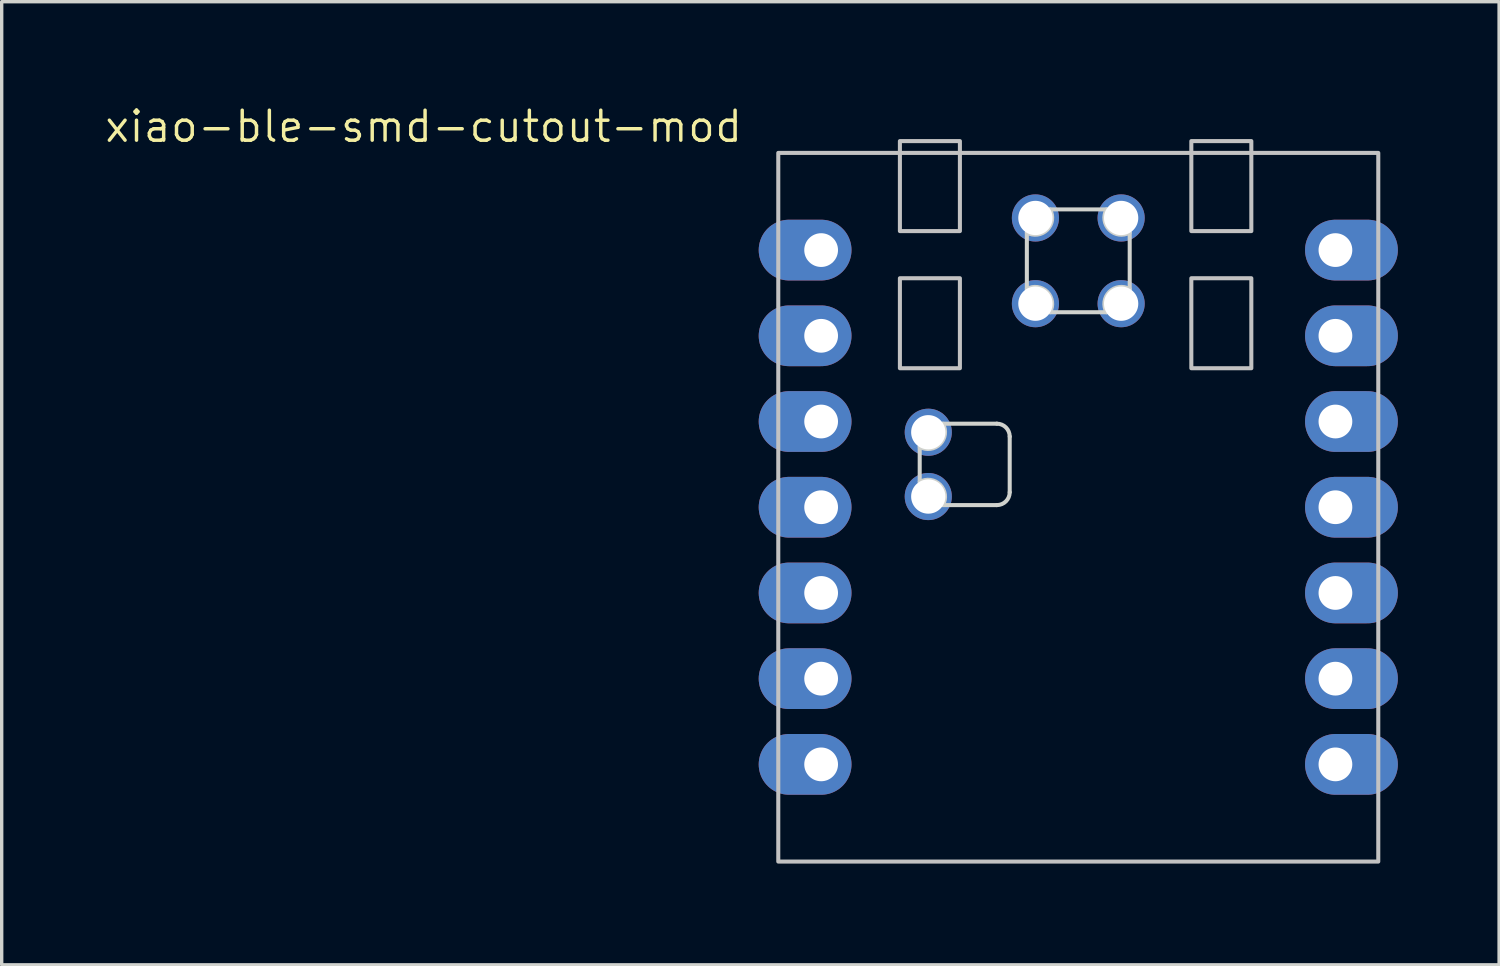
<source format=kicad_pcb>
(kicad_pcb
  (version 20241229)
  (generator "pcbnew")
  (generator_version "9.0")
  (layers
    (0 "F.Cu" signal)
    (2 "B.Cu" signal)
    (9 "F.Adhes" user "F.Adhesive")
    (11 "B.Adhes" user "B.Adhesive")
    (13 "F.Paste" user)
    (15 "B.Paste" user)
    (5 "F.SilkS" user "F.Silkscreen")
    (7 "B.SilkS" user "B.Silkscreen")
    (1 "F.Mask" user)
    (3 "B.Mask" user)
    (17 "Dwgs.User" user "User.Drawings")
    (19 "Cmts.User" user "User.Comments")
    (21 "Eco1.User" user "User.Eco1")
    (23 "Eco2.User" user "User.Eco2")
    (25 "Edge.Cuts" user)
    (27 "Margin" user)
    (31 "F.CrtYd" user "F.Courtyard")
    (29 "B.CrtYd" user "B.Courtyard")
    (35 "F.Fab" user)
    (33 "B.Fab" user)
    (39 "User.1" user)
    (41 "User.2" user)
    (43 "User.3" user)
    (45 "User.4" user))
  (footprint "xiao-ble-smd-cutout-mod"
    (layer "F.Cu")
    (at 28.903 11.981)
    (property "Reference" "xiao-ble-smd-cutout-mod" (at -19.399 -11.283 0) (layer "F.SilkS") (effects (font (size 0.889 0.889) (thickness 0.102))))
    (attr smd exclude_from_pos_files)
    (fp_rect (start -8.89 10.5) (end 8.89 -10.5) (stroke (width 0.12) (type solid)) (fill no) (layer "Dwgs.User"))
    (fp_rect (start -5.286 -6.786) (end -3.508 -4.119) (stroke (width 0.12) (type solid)) (fill no) (layer "Dwgs.User"))
    (fp_rect (start -3.508 -8.183) (end -5.286 -10.85) (stroke (width 0.12) (type solid)) (fill no) (layer "Dwgs.User"))
    (fp_rect (start 3.35 -10.85) (end 5.128 -8.183) (stroke (width 0.12) (type solid)) (fill no) (layer "Dwgs.User"))
    (fp_rect (start 3.35 -6.786) (end 5.128 -4.119) (stroke (width 0.12) (type solid)) (fill no) (layer "Dwgs.User"))
    (fp_line (start -4.699 -0.749) (end -4.699 -1.79) (stroke (width 0.12) (type solid)) (layer "Edge.Cuts"))
    (fp_line (start -4.013 -2.476) (end -2.413 -2.476) (stroke (width 0.12) (type solid)) (layer "Edge.Cuts"))
    (fp_line (start -2.413 -0.063) (end -4.013 -0.063) (stroke (width 0.12) (type solid)) (layer "Edge.Cuts"))
    (fp_line (start -2.032 -2.095) (end -2.032 -0.444) (stroke (width 0.12) (type solid)) (layer "Edge.Cuts"))
    (fp_line (start -1.524 -6.464) (end -1.524 -8.14) (stroke (width 0.12) (type solid)) (layer "Edge.Cuts"))
    (fp_line (start -0.838 -8.826) (end 0.838 -8.826) (stroke (width 0.12) (type solid)) (layer "Edge.Cuts"))
    (fp_line (start -0.838 -5.778) (end 0.838 -5.778) (stroke (width 0.12) (type solid)) (layer "Edge.Cuts"))
    (fp_line (start 1.524 -6.464) (end 1.524 -8.14) (stroke (width 0.12) (type solid)) (layer "Edge.Cuts"))
    (fp_arc (start -4.699 -0.7488) (mid -4.095391 -0.666609) (end -4.0132 -0.063) (stroke (width 0.12) (type solid)) (layer "Edge.Cuts"))
    (fp_arc (start -4.0132 -2.476) (mid -4.095391 -1.872391) (end -4.699 -1.7902) (stroke (width 0.12) (type solid)) (layer "Edge.Cuts"))
    (fp_arc (start -2.413 -2.476) (mid -2.143592 -2.364408) (end -2.032 -2.095) (stroke (width 0.12) (type solid)) (layer "Edge.Cuts"))
    (fp_arc (start -2.032 -0.444) (mid -2.143592 -0.174592) (end -2.413 -0.063) (stroke (width 0.12) (type solid)) (layer "Edge.Cuts"))
    (fp_arc (start -1.524 -6.4638) (mid -0.920391 -6.381609) (end -0.8382 -5.778) (stroke (width 0.12) (type solid)) (layer "Edge.Cuts"))
    (fp_arc (start -0.8382 -8.826) (mid -0.920391 -8.222391) (end -1.524 -8.1402) (stroke (width 0.12) (type solid)) (layer "Edge.Cuts"))
    (fp_arc (start 0.8382 -5.778) (mid 0.920391 -6.381609) (end 1.524 -6.4638) (stroke (width 0.12) (type solid)) (layer "Edge.Cuts"))
    (fp_arc (start 1.524 -8.1402) (mid 0.920391 -8.222391) (end 0.8382 -8.826) (stroke (width 0.12) (type solid)) (layer "Edge.Cuts"))
    (pad "1" thru_hole oval (at -7.62 -7.62) (size 2.75 1.8) (drill 1 (offset -0.475 0)) (layers "*.Cu" "*.Mask"))
    (pad "2" thru_hole oval (at -7.62 -5.08) (size 2.75 1.8) (drill 1 (offset -0.475 0)) (layers "*.Cu" "*.Mask"))
    (pad "3" thru_hole oval (at -7.62 -2.54) (size 2.75 1.8) (drill 1 (offset -0.475 0)) (layers "*.Cu" "*.Mask"))
    (pad "4" thru_hole oval (at -7.62 0) (size 2.75 1.8) (drill 1 (offset -0.475 0)) (layers "*.Cu" "*.Mask"))
    (pad "5" thru_hole oval (at -7.62 2.54) (size 2.75 1.8) (drill 1 (offset -0.475 0)) (layers "*.Cu" "*.Mask"))
    (pad "6" thru_hole oval (at -7.62 5.08) (size 2.75 1.8) (drill 1 (offset -0.475 0)) (layers "*.Cu" "*.Mask"))
    (pad "7" thru_hole oval (at -7.62 7.62) (size 2.75 1.8) (drill 1 (offset -0.475 0)) (layers "*.Cu" "*.Mask"))
    (pad "8" thru_hole oval (at 7.62 7.62 180) (size 2.75 1.8) (drill 1 (offset -0.475 0)) (layers "*.Cu" "*.Mask"))
    (pad "9" thru_hole oval (at 7.62 5.08 180) (size 2.75 1.8) (drill 1 (offset -0.475 0)) (layers "*.Cu" "*.Mask"))
    (pad "10" thru_hole oval (at 7.62 2.54 180) (size 2.75 1.8) (drill 1 (offset -0.475 0)) (layers "*.Cu" "*.Mask"))
    (pad "11" thru_hole oval (at 7.62 0 180) (size 2.75 1.8) (drill 1 (offset -0.475 0)) (layers "*.Cu" "*.Mask"))
    (pad "12" thru_hole oval (at 7.62 -2.54 180) (size 2.75 1.8) (drill 1 (offset -0.475 0)) (layers "*.Cu" "*.Mask"))
    (pad "13" thru_hole oval (at 7.62 -5.08 180) (size 2.75 1.8) (drill 1 (offset -0.475 0)) (layers "*.Cu" "*.Mask"))
    (pad "14" thru_hole oval (at 7.62 -7.62 180) (size 2.75 1.8) (drill 1 (offset -0.475 0)) (layers "*.Cu" "*.Mask"))
    (pad "15" thru_hole circle (at -4.445 -0.317 180) (size 1.397 1.397) (drill 1.016) (layers "*.Cu" "*.Mask"))
    (pad "16" thru_hole circle (at -4.445 -2.222 180) (size 1.397 1.397) (drill 1.016) (layers "*.Cu" "*.Mask"))
    (pad "19" thru_hole circle (at -1.27 -8.572 90) (size 1.397 1.397) (drill 1.016) (layers "*.Cu" "*.Mask"))
    (pad "20" thru_hole circle (at 1.27 -8.572 90) (size 1.397 1.397) (drill 1.016) (layers "*.Cu" "*.Mask"))
    (pad "21" thru_hole circle (at -1.27 -6.032 90) (size 1.397 1.397) (drill 1.016) (layers "*.Cu" "*.Mask"))
    (pad "22" thru_hole circle (at 1.27 -6.032 90) (size 1.397 1.397) (drill 1.016) (layers "*.Cu" "*.Mask")))
  (gr_rect
    (start -3 -3)
    (end 41.373 25.541)
    (stroke (width 0.1) (type default))
    (fill no)
    (layer "Edge.Cuts")))
</source>
